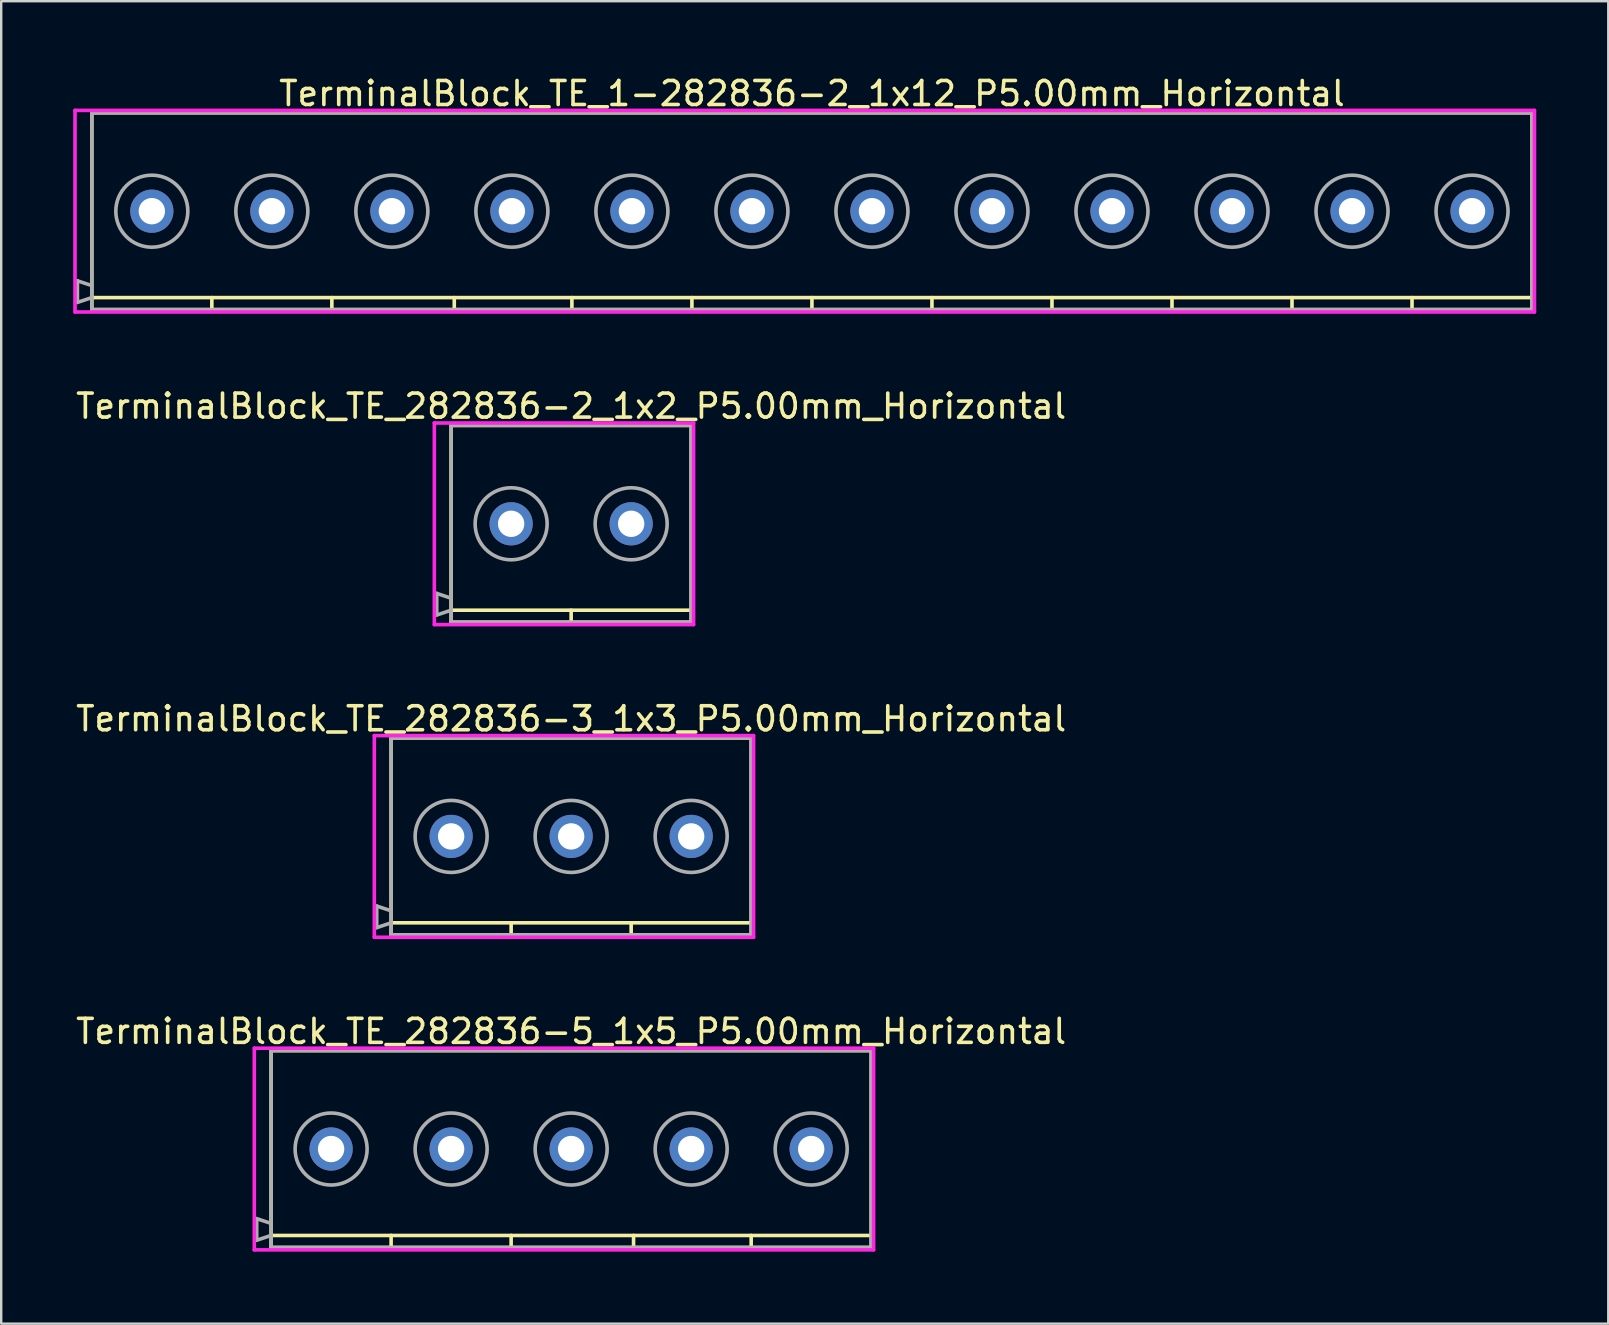
<source format=kicad_pcb>
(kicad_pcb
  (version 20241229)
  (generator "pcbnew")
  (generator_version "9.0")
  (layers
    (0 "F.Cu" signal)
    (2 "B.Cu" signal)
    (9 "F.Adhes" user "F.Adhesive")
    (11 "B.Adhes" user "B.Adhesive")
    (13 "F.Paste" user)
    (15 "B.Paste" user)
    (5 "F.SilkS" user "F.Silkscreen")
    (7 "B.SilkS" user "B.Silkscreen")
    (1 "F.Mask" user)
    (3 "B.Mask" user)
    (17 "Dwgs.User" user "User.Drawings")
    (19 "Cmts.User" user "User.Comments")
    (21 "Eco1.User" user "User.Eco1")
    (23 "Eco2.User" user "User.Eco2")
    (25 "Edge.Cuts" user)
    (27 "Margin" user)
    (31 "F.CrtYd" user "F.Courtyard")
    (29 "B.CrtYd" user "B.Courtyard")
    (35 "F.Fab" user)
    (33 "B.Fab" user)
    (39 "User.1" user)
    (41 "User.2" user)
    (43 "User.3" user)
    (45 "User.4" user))
  (footprint "TerminalBlock_TE_1-282836-2_1x12_P5.00mm_Horizontal"
    (layer "F.Cu")
    (at 3.275 5.748)
    (property "Reference" "TerminalBlock_TE_1-282836-2_1x12_P5.00mm_Horizontal" (at 27.5 -4.9 0) (layer "F.SilkS") (effects (font (size 1 1) (thickness 0.15))))
    (attr through_hole)
    (fp_line (start -2.5 -4.1) (end 57.5 -4.1) (stroke (width 0.15) (type solid)) (layer "F.SilkS"))
    (fp_line (start -2.5 3.6) (end 57.5 3.6) (stroke (width 0.15) (type solid)) (layer "F.SilkS"))
    (fp_line (start -2.5 4.1) (end -2.5 -4.1) (stroke (width 0.15) (type solid)) (layer "F.SilkS"))
    (fp_line (start 2.5 4.1) (end 2.5 3.6) (stroke (width 0.15) (type solid)) (layer "F.SilkS"))
    (fp_line (start 7.5 3.6) (end 7.5 4.1) (stroke (width 0.15) (type solid)) (layer "F.SilkS"))
    (fp_line (start 12.6 3.6) (end 12.6 4.1) (stroke (width 0.15) (type solid)) (layer "F.SilkS"))
    (fp_line (start 17.5 3.6) (end 17.5 4.1) (stroke (width 0.15) (type solid)) (layer "F.SilkS"))
    (fp_line (start 22.5 3.6) (end 22.5 4.1) (stroke (width 0.15) (type solid)) (layer "F.SilkS"))
    (fp_line (start 27.5 3.6) (end 27.5 4.1) (stroke (width 0.15) (type solid)) (layer "F.SilkS"))
    (fp_line (start 32.5 3.6) (end 32.5 4.1) (stroke (width 0.15) (type solid)) (layer "F.SilkS"))
    (fp_line (start 37.5 3.6) (end 37.5 4.1) (stroke (width 0.15) (type solid)) (layer "F.SilkS"))
    (fp_line (start 42.5 3.6) (end 42.5 4.1) (stroke (width 0.15) (type solid)) (layer "F.SilkS"))
    (fp_line (start 47.5 3.6) (end 47.5 4.1) (stroke (width 0.15) (type solid)) (layer "F.SilkS"))
    (fp_line (start 52.5 3.6) (end 52.5 4.1) (stroke (width 0.15) (type solid)) (layer "F.SilkS"))
    (fp_line (start 57.5 -4.1) (end 57.5 4.1) (stroke (width 0.15) (type solid)) (layer "F.SilkS"))
    (fp_line (start 57.5 4.1) (end -2.5 4.1) (stroke (width 0.15) (type solid)) (layer "F.SilkS"))
    (fp_line (start -3.2 -4.2) (end 57.6 -4.2) (stroke (width 0.15) (type solid)) (layer "F.CrtYd"))
    (fp_line (start -3.2 4.2) (end -3.2 -4.2) (stroke (width 0.15) (type solid)) (layer "F.CrtYd"))
    (fp_line (start -3.2 4.2) (end 57.6 4.2) (stroke (width 0.15) (type solid)) (layer "F.CrtYd"))
    (fp_line (start 57.6 -4.2) (end 57.6 4.2) (stroke (width 0.15) (type solid)) (layer "F.CrtYd"))
    (fp_line (start -3.1 2.9) (end -2.5 3.1) (stroke (width 0.15) (type solid)) (layer "F.Fab"))
    (fp_line (start -3.1 3.8) (end -3.1 2.9) (stroke (width 0.15) (type solid)) (layer "F.Fab"))
    (fp_line (start -2.5 -4.1) (end 57.5 -4.1) (stroke (width 0.15) (type solid)) (layer "F.Fab"))
    (fp_line (start -2.5 3.6) (end -3.1 3.8) (stroke (width 0.15) (type solid)) (layer "F.Fab"))
    (fp_line (start -2.5 4.1) (end -2.5 -4.1) (stroke (width 0.15) (type solid)) (layer "F.Fab"))
    (fp_line (start 57.5 -4.1) (end 57.5 4.1) (stroke (width 0.15) (type solid)) (layer "F.Fab"))
    (fp_line (start 57.5 4.1) (end -2.5 4.1) (stroke (width 0.15) (type solid)) (layer "F.Fab"))
    (fp_circle (center 0 0) (end 1.5 0) (stroke (width 0.15) (type solid)) (fill no) (layer "F.Fab"))
    (fp_circle (center 5 0) (end 3.5 0) (stroke (width 0.15) (type solid)) (fill no) (layer "F.Fab"))
    (fp_circle (center 10 0) (end 8.5 0) (stroke (width 0.15) (type solid)) (fill no) (layer "F.Fab"))
    (fp_circle (center 15 0) (end 13.5 0) (stroke (width 0.15) (type solid)) (fill no) (layer "F.Fab"))
    (fp_circle (center 20 0) (end 18.5 0) (stroke (width 0.15) (type solid)) (fill no) (layer "F.Fab"))
    (fp_circle (center 25 0) (end 23.5 0) (stroke (width 0.15) (type solid)) (fill no) (layer "F.Fab"))
    (fp_circle (center 30 0) (end 28.5 0) (stroke (width 0.15) (type solid)) (fill no) (layer "F.Fab"))
    (fp_circle (center 35 0) (end 33.5 0) (stroke (width 0.15) (type solid)) (fill no) (layer "F.Fab"))
    (fp_circle (center 40 0) (end 38.5 0) (stroke (width 0.15) (type solid)) (fill no) (layer "F.Fab"))
    (fp_circle (center 45 0) (end 43.5 0) (stroke (width 0.15) (type solid)) (fill no) (layer "F.Fab"))
    (fp_circle (center 50 0) (end 48.5 0) (stroke (width 0.15) (type solid)) (fill no) (layer "F.Fab"))
    (fp_circle (center 55 0) (end 53.5 0) (stroke (width 0.15) (type solid)) (fill no) (layer "F.Fab"))
    (pad "1" thru_hole circle (at 0 0) (size 1.8 1.8) (drill 1.1) (layers "*.Cu" "*.Mask"))
    (pad "2" thru_hole circle (at 5 0) (size 1.8 1.8) (drill 1.1) (layers "*.Cu" "*.Mask"))
    (pad "3" thru_hole circle (at 10 0) (size 1.8 1.8) (drill 1.1) (layers "*.Cu" "*.Mask"))
    (pad "4" thru_hole circle (at 15 0) (size 1.8 1.8) (drill 1.1) (layers "*.Cu" "*.Mask"))
    (pad "5" thru_hole circle (at 20 0) (size 1.8 1.8) (drill 1.1) (layers "*.Cu" "*.Mask"))
    (pad "6" thru_hole circle (at 25 0) (size 1.8 1.8) (drill 1.1) (layers "*.Cu" "*.Mask"))
    (pad "7" thru_hole circle (at 30 0) (size 1.8 1.8) (drill 1.1) (layers "*.Cu" "*.Mask"))
    (pad "8" thru_hole circle (at 35 0) (size 1.8 1.8) (drill 1.1) (layers "*.Cu" "*.Mask"))
    (pad "9" thru_hole circle (at 40 0) (size 1.8 1.8) (drill 1.1) (layers "*.Cu" "*.Mask"))
    (pad "10" thru_hole circle (at 45 0) (size 1.8 1.8) (drill 1.1) (layers "*.Cu" "*.Mask"))
    (pad "11" thru_hole circle (at 50 0) (size 1.8 1.8) (drill 1.1) (layers "*.Cu" "*.Mask"))
    (pad "12" thru_hole circle (at 55 0) (size 1.8 1.8) (drill 1.1) (layers "*.Cu" "*.Mask")))
  (footprint "TerminalBlock_TE_282836-3_1x3_P5.00mm_Horizontal"
    (layer "F.Cu")
    (at 15.744 31.795)
    (property "Reference" "TerminalBlock_TE_282836-3_1x3_P5.00mm_Horizontal" (at 5 -4.9 0) (layer "F.SilkS") (effects (font (size 1 1) (thickness 0.15))))
    (attr through_hole)
    (fp_line (start -2.5 -4.1) (end 12.5 -4.1) (stroke (width 0.15) (type solid)) (layer "F.SilkS"))
    (fp_line (start -2.5 3.6) (end 12.5 3.6) (stroke (width 0.15) (type solid)) (layer "F.SilkS"))
    (fp_line (start -2.5 4.1) (end -2.5 -4.1) (stroke (width 0.15) (type solid)) (layer "F.SilkS"))
    (fp_line (start 2.5 4.1) (end 2.5 3.6) (stroke (width 0.15) (type solid)) (layer "F.SilkS"))
    (fp_line (start 7.5 3.6) (end 7.5 4.1) (stroke (width 0.15) (type solid)) (layer "F.SilkS"))
    (fp_line (start 12.5 -4.1) (end 12.5 4.1) (stroke (width 0.15) (type solid)) (layer "F.SilkS"))
    (fp_line (start 12.5 4.1) (end -2.5 4.1) (stroke (width 0.15) (type solid)) (layer "F.SilkS"))
    (fp_line (start -3.2 -4.2) (end 12.6 -4.2) (stroke (width 0.15) (type solid)) (layer "F.CrtYd"))
    (fp_line (start -3.2 4.2) (end -3.2 -4.2) (stroke (width 0.15) (type solid)) (layer "F.CrtYd"))
    (fp_line (start -3.2 4.2) (end 12.6 4.2) (stroke (width 0.15) (type solid)) (layer "F.CrtYd"))
    (fp_line (start 12.6 -4.2) (end 12.6 4.2) (stroke (width 0.15) (type solid)) (layer "F.CrtYd"))
    (fp_line (start -3.1 2.9) (end -2.5 3.1) (stroke (width 0.15) (type solid)) (layer "F.Fab"))
    (fp_line (start -3.1 3.8) (end -3.1 2.9) (stroke (width 0.15) (type solid)) (layer "F.Fab"))
    (fp_line (start -2.5 -4.1) (end 12.5 -4.1) (stroke (width 0.15) (type solid)) (layer "F.Fab"))
    (fp_line (start -2.5 3.6) (end -3.1 3.8) (stroke (width 0.15) (type solid)) (layer "F.Fab"))
    (fp_line (start -2.5 4.1) (end -2.5 -4.1) (stroke (width 0.15) (type solid)) (layer "F.Fab"))
    (fp_line (start 12.5 -4.1) (end 12.5 4.1) (stroke (width 0.15) (type solid)) (layer "F.Fab"))
    (fp_line (start 12.5 4.1) (end -2.5 4.1) (stroke (width 0.15) (type solid)) (layer "F.Fab"))
    (fp_circle (center 0 0) (end 1.5 0) (stroke (width 0.15) (type solid)) (fill no) (layer "F.Fab"))
    (fp_circle (center 5 0) (end 3.5 0) (stroke (width 0.15) (type solid)) (fill no) (layer "F.Fab"))
    (fp_circle (center 10 0) (end 8.5 0) (stroke (width 0.15) (type solid)) (fill no) (layer "F.Fab"))
    (pad "1" thru_hole circle (at 0 0) (size 1.8 1.8) (drill 1.1) (layers "*.Cu" "*.Mask"))
    (pad "2" thru_hole circle (at 5 0) (size 1.8 1.8) (drill 1.1) (layers "*.Cu" "*.Mask"))
    (pad "3" thru_hole circle (at 10 0) (size 1.8 1.8) (drill 1.1) (layers "*.Cu" "*.Mask")))
  (footprint "TerminalBlock_TE_282836-5_1x5_P5.00mm_Horizontal"
    (layer "F.Cu")
    (at 10.744 44.818)
    (property "Reference" "TerminalBlock_TE_282836-5_1x5_P5.00mm_Horizontal" (at 10 -4.9 0) (layer "F.SilkS") (effects (font (size 1 1) (thickness 0.15))))
    (attr through_hole)
    (fp_line (start -2.5 -4.1) (end 22.5 -4.1) (stroke (width 0.15) (type solid)) (layer "F.SilkS"))
    (fp_line (start -2.5 3.6) (end 22.5 3.6) (stroke (width 0.15) (type solid)) (layer "F.SilkS"))
    (fp_line (start -2.5 4.1) (end -2.5 -4.1) (stroke (width 0.15) (type solid)) (layer "F.SilkS"))
    (fp_line (start 2.5 4.1) (end 2.5 3.6) (stroke (width 0.15) (type solid)) (layer "F.SilkS"))
    (fp_line (start 7.5 3.6) (end 7.5 4.1) (stroke (width 0.15) (type solid)) (layer "F.SilkS"))
    (fp_line (start 12.6 3.6) (end 12.6 4.1) (stroke (width 0.15) (type solid)) (layer "F.SilkS"))
    (fp_line (start 17.5 3.6) (end 17.5 4.1) (stroke (width 0.15) (type solid)) (layer "F.SilkS"))
    (fp_line (start 22.5 -4.1) (end 22.5 4.1) (stroke (width 0.15) (type solid)) (layer "F.SilkS"))
    (fp_line (start 22.5 4.1) (end -2.5 4.1) (stroke (width 0.15) (type solid)) (layer "F.SilkS"))
    (fp_line (start -3.2 -4.2) (end 22.6 -4.2) (stroke (width 0.15) (type solid)) (layer "F.CrtYd"))
    (fp_line (start -3.2 4.2) (end -3.2 -4.2) (stroke (width 0.15) (type solid)) (layer "F.CrtYd"))
    (fp_line (start -3.2 4.2) (end 22.6 4.2) (stroke (width 0.15) (type solid)) (layer "F.CrtYd"))
    (fp_line (start 22.6 -4.2) (end 22.6 4.2) (stroke (width 0.15) (type solid)) (layer "F.CrtYd"))
    (fp_line (start -3.1 2.9) (end -2.5 3.1) (stroke (width 0.15) (type solid)) (layer "F.Fab"))
    (fp_line (start -3.1 3.8) (end -3.1 2.9) (stroke (width 0.15) (type solid)) (layer "F.Fab"))
    (fp_line (start -2.5 -4.1) (end 22.5 -4.1) (stroke (width 0.15) (type solid)) (layer "F.Fab"))
    (fp_line (start -2.5 3.6) (end -3.1 3.8) (stroke (width 0.15) (type solid)) (layer "F.Fab"))
    (fp_line (start -2.5 4.1) (end -2.5 -4.1) (stroke (width 0.15) (type solid)) (layer "F.Fab"))
    (fp_line (start 22.5 -4.1) (end 22.5 4.1) (stroke (width 0.15) (type solid)) (layer "F.Fab"))
    (fp_line (start 22.5 4.1) (end -2.5 4.1) (stroke (width 0.15) (type solid)) (layer "F.Fab"))
    (fp_circle (center 0 0) (end 1.5 0) (stroke (width 0.15) (type solid)) (fill no) (layer "F.Fab"))
    (fp_circle (center 5 0) (end 3.5 0) (stroke (width 0.15) (type solid)) (fill no) (layer "F.Fab"))
    (fp_circle (center 10 0) (end 8.5 0) (stroke (width 0.15) (type solid)) (fill no) (layer "F.Fab"))
    (fp_circle (center 15 0) (end 13.5 0) (stroke (width 0.15) (type solid)) (fill no) (layer "F.Fab"))
    (fp_circle (center 20 0) (end 18.5 0) (stroke (width 0.15) (type solid)) (fill no) (layer "F.Fab"))
    (pad "1" thru_hole circle (at 0 0) (size 1.8 1.8) (drill 1.1) (layers "*.Cu" "*.Mask"))
    (pad "2" thru_hole circle (at 5 0) (size 1.8 1.8) (drill 1.1) (layers "*.Cu" "*.Mask"))
    (pad "3" thru_hole circle (at 10 0) (size 1.8 1.8) (drill 1.1) (layers "*.Cu" "*.Mask"))
    (pad "4" thru_hole circle (at 15 0) (size 1.8 1.8) (drill 1.1) (layers "*.Cu" "*.Mask"))
    (pad "5" thru_hole circle (at 20 0) (size 1.8 1.8) (drill 1.1) (layers "*.Cu" "*.Mask")))
  (footprint "TerminalBlock_TE_282836-2_1x2_P5.00mm_Horizontal"
    (layer "F.Cu")
    (at 18.244 18.771)
    (property "Reference" "TerminalBlock_TE_282836-2_1x2_P5.00mm_Horizontal" (at 2.5 -4.9 0) (layer "F.SilkS") (effects (font (size 1 1) (thickness 0.15))))
    (attr through_hole)
    (fp_line (start -2.5 -4.1) (end 7.5 -4.1) (stroke (width 0.15) (type solid)) (layer "F.SilkS"))
    (fp_line (start -2.5 3.6) (end 7.5 3.6) (stroke (width 0.15) (type solid)) (layer "F.SilkS"))
    (fp_line (start -2.5 4.1) (end -2.5 -4.1) (stroke (width 0.15) (type solid)) (layer "F.SilkS"))
    (fp_line (start 2.5 4.1) (end 2.5 3.6) (stroke (width 0.15) (type solid)) (layer "F.SilkS"))
    (fp_line (start 7.5 -4.1) (end 7.5 4.1) (stroke (width 0.15) (type solid)) (layer "F.SilkS"))
    (fp_line (start 7.5 4.1) (end -2.5 4.1) (stroke (width 0.15) (type solid)) (layer "F.SilkS"))
    (fp_line (start -3.2 -4.2) (end 7.6 -4.2) (stroke (width 0.15) (type solid)) (layer "F.CrtYd"))
    (fp_line (start -3.2 4.2) (end -3.2 -4.2) (stroke (width 0.15) (type solid)) (layer "F.CrtYd"))
    (fp_line (start -3.2 4.2) (end 7.6 4.2) (stroke (width 0.15) (type solid)) (layer "F.CrtYd"))
    (fp_line (start 7.6 -4.2) (end 7.6 4.2) (stroke (width 0.15) (type solid)) (layer "F.CrtYd"))
    (fp_line (start -3.1 2.9) (end -2.5 3.1) (stroke (width 0.15) (type solid)) (layer "F.Fab"))
    (fp_line (start -3.1 3.8) (end -3.1 2.9) (stroke (width 0.15) (type solid)) (layer "F.Fab"))
    (fp_line (start -2.5 -4.1) (end 7.5 -4.1) (stroke (width 0.15) (type solid)) (layer "F.Fab"))
    (fp_line (start -2.5 3.6) (end -3.1 3.8) (stroke (width 0.15) (type solid)) (layer "F.Fab"))
    (fp_line (start -2.5 4.1) (end -2.5 -4.1) (stroke (width 0.15) (type solid)) (layer "F.Fab"))
    (fp_line (start 7.5 -4.1) (end 7.5 4.1) (stroke (width 0.15) (type solid)) (layer "F.Fab"))
    (fp_line (start 7.5 4.1) (end -2.5 4.1) (stroke (width 0.15) (type solid)) (layer "F.Fab"))
    (fp_circle (center 0 0) (end 1.5 0) (stroke (width 0.15) (type solid)) (fill no) (layer "F.Fab"))
    (fp_circle (center 5 0) (end 3.5 0) (stroke (width 0.15) (type solid)) (fill no) (layer "F.Fab"))
    (pad "1" thru_hole circle (at 0 0) (size 1.8 1.8) (drill 1.1) (layers "*.Cu" "*.Mask"))
    (pad "2" thru_hole circle (at 5 0) (size 1.8 1.8) (drill 1.1) (layers "*.Cu" "*.Mask")))
  (gr_rect
    (start -3 -3)
    (end 63.95 52.093)
    (stroke (width 0.1) (type default))
    (fill no)
    (layer "Edge.Cuts")))
</source>
